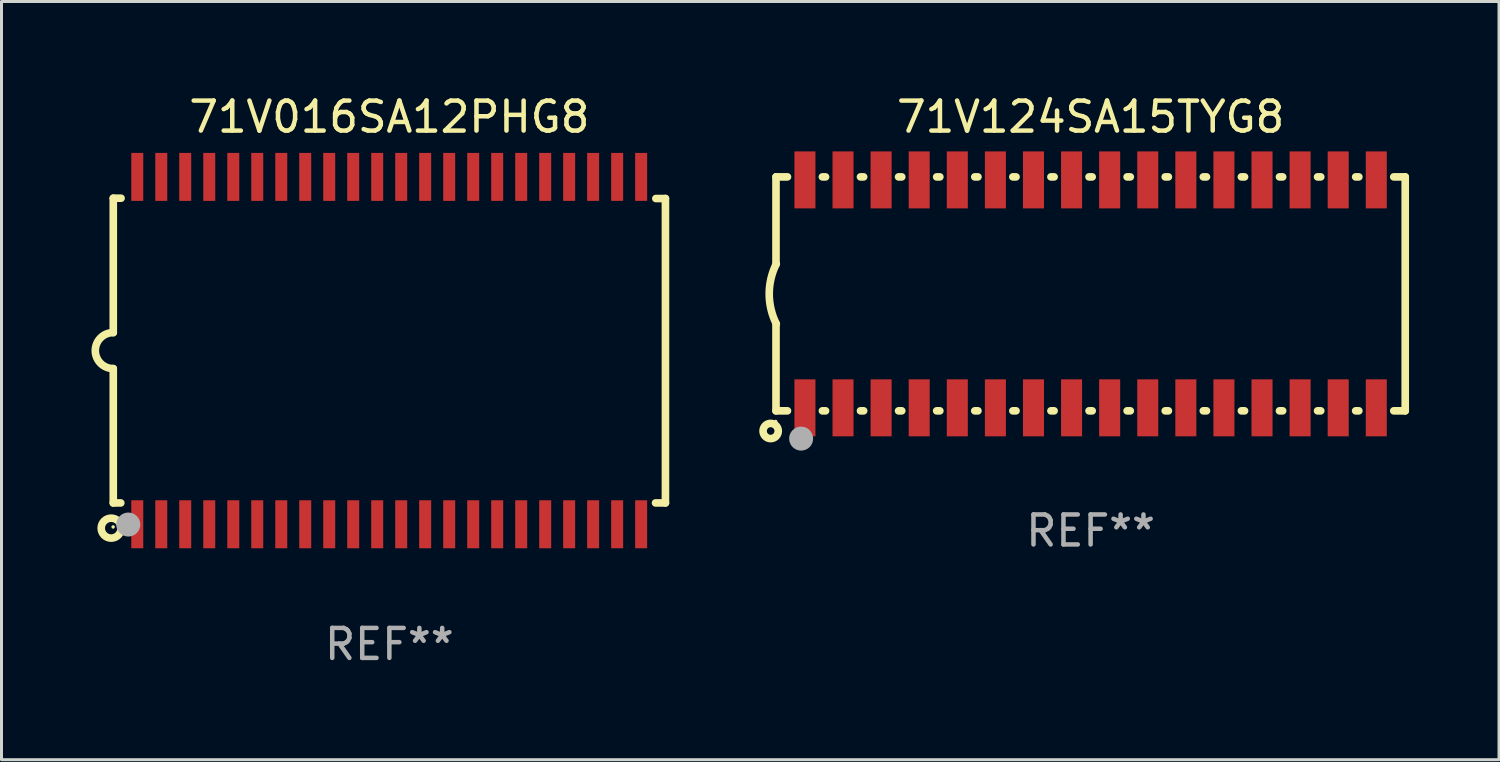
<source format=kicad_pcb>
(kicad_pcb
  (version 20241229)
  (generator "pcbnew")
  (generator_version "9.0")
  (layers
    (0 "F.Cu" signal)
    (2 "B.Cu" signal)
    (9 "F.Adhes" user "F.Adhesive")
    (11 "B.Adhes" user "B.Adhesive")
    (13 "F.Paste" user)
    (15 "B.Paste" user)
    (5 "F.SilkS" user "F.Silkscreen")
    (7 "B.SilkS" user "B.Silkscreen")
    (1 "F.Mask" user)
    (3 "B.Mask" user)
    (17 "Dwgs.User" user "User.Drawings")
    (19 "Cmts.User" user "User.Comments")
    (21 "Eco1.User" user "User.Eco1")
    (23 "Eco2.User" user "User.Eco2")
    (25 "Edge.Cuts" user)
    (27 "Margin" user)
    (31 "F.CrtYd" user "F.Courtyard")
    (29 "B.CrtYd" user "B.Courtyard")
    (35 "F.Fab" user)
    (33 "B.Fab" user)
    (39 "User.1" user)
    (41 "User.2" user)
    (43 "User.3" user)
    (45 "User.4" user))
  (footprint "71V124SA15TYG8"
    (layer "F.Cu")
    (at 33.313 6.748)
    (property "Reference" "71V124SA15TYG8" (at 0 -5.9 0) (layer "F.SilkS") (effects (font (size 1 1) (thickness 0.15))))
    (attr through_hole)
    (fp_line (start -10.49 -3.9) (end -10.107 -3.9) (stroke (width 0.254) (type solid)) (layer "F.SilkS"))
    (fp_line (start -10.49 -0.991) (end -10.49 -3.9) (stroke (width 0.254) (type solid)) (layer "F.SilkS"))
    (fp_line (start -10.49 3.9) (end -10.49 0.991) (stroke (width 0.254) (type solid)) (layer "F.SilkS"))
    (fp_line (start -10.49 3.9) (end -10.107 3.9) (stroke (width 0.254) (type solid)) (layer "F.SilkS"))
    (fp_line (start -8.943 -3.9) (end -8.837 -3.9) (stroke (width 0.254) (type solid)) (layer "F.SilkS"))
    (fp_line (start -8.943 3.9) (end -8.837 3.9) (stroke (width 0.254) (type solid)) (layer "F.SilkS"))
    (fp_line (start -7.673 -3.9) (end -7.567 -3.9) (stroke (width 0.254) (type solid)) (layer "F.SilkS"))
    (fp_line (start -7.673 3.9) (end -7.567 3.9) (stroke (width 0.254) (type solid)) (layer "F.SilkS"))
    (fp_line (start -6.403 -3.9) (end -6.297 -3.9) (stroke (width 0.254) (type solid)) (layer "F.SilkS"))
    (fp_line (start -6.403 3.9) (end -6.297 3.9) (stroke (width 0.254) (type solid)) (layer "F.SilkS"))
    (fp_line (start -5.133 -3.9) (end -5.027 -3.9) (stroke (width 0.254) (type solid)) (layer "F.SilkS"))
    (fp_line (start -5.133 3.9) (end -5.027 3.9) (stroke (width 0.254) (type solid)) (layer "F.SilkS"))
    (fp_line (start -3.863 -3.9) (end -3.757 -3.9) (stroke (width 0.254) (type solid)) (layer "F.SilkS"))
    (fp_line (start -3.863 3.9) (end -3.757 3.9) (stroke (width 0.254) (type solid)) (layer "F.SilkS"))
    (fp_line (start -2.593 -3.9) (end -2.487 -3.9) (stroke (width 0.254) (type solid)) (layer "F.SilkS"))
    (fp_line (start -2.593 3.9) (end -2.487 3.9) (stroke (width 0.254) (type solid)) (layer "F.SilkS"))
    (fp_line (start -1.323 -3.9) (end -1.217 -3.9) (stroke (width 0.254) (type solid)) (layer "F.SilkS"))
    (fp_line (start -1.323 3.9) (end -1.217 3.9) (stroke (width 0.254) (type solid)) (layer "F.SilkS"))
    (fp_line (start -0.053 -3.9) (end 0.053 -3.9) (stroke (width 0.254) (type solid)) (layer "F.SilkS"))
    (fp_line (start -0.053 3.9) (end 0.053 3.9) (stroke (width 0.254) (type solid)) (layer "F.SilkS"))
    (fp_line (start 1.217 -3.9) (end 1.323 -3.9) (stroke (width 0.254) (type solid)) (layer "F.SilkS"))
    (fp_line (start 1.217 3.9) (end 1.323 3.9) (stroke (width 0.254) (type solid)) (layer "F.SilkS"))
    (fp_line (start 2.487 -3.9) (end 2.593 -3.9) (stroke (width 0.254) (type solid)) (layer "F.SilkS"))
    (fp_line (start 2.487 3.9) (end 2.593 3.9) (stroke (width 0.254) (type solid)) (layer "F.SilkS"))
    (fp_line (start 3.757 -3.9) (end 3.863 -3.9) (stroke (width 0.254) (type solid)) (layer "F.SilkS"))
    (fp_line (start 3.757 3.9) (end 3.863 3.9) (stroke (width 0.254) (type solid)) (layer "F.SilkS"))
    (fp_line (start 5.027 -3.9) (end 5.133 -3.9) (stroke (width 0.254) (type solid)) (layer "F.SilkS"))
    (fp_line (start 5.027 3.9) (end 5.133 3.9) (stroke (width 0.254) (type solid)) (layer "F.SilkS"))
    (fp_line (start 6.297 -3.9) (end 6.403 -3.9) (stroke (width 0.254) (type solid)) (layer "F.SilkS"))
    (fp_line (start 6.297 3.9) (end 6.403 3.9) (stroke (width 0.254) (type solid)) (layer "F.SilkS"))
    (fp_line (start 7.567 -3.9) (end 7.673 -3.9) (stroke (width 0.254) (type solid)) (layer "F.SilkS"))
    (fp_line (start 7.567 3.9) (end 7.673 3.9) (stroke (width 0.254) (type solid)) (layer "F.SilkS"))
    (fp_line (start 8.837 -3.9) (end 8.943 -3.9) (stroke (width 0.254) (type solid)) (layer "F.SilkS"))
    (fp_line (start 8.837 3.9) (end 8.943 3.9) (stroke (width 0.254) (type solid)) (layer "F.SilkS"))
    (fp_line (start 10.107 -3.9) (end 10.49 -3.9) (stroke (width 0.254) (type solid)) (layer "F.SilkS"))
    (fp_line (start 10.107 3.9) (end 10.49 3.9) (stroke (width 0.254) (type solid)) (layer "F.SilkS"))
    (fp_line (start 10.49 -3.9) (end 10.49 3.9) (stroke (width 0.254) (type solid)) (layer "F.SilkS"))
    (fp_arc (start -10.48 1) (mid -10.716068 0) (end -10.48 -1) (stroke (width 0.254001) (type solid)) (layer "F.SilkS"))
    (fp_circle (center -10.668 4.572) (end -10.414 4.572) (stroke (width 0.254) (type solid)) (fill no) (layer "F.SilkS"))
    (fp_circle (center -10.5 4.255) (end -10.47 4.255) (stroke (width 0.06) (type solid)) (fill no) (layer "F.SilkS"))
    (fp_circle (center -9.652 4.826) (end -9.452 4.826) (stroke (width 0.4) (type solid)) (fill no) (layer "F.Fab"))
    (fp_text user "REF**" (at 0 7.9 0) (layer "F.Fab") (effects (font (size 1 1) (thickness 0.15))))
    (pad "1" smd rect (at -9.525 3.8) (size 0.701 1.9) (layers "F.Cu" "F.Mask" "F.Paste"))
    (pad "2" smd rect (at -8.255 3.8) (size 0.701 1.9) (layers "F.Cu" "F.Mask" "F.Paste"))
    (pad "3" smd rect (at -6.985 3.8) (size 0.701 1.9) (layers "F.Cu" "F.Mask" "F.Paste"))
    (pad "4" smd rect (at -5.715 3.8) (size 0.701 1.9) (layers "F.Cu" "F.Mask" "F.Paste"))
    (pad "5" smd rect (at -4.445 3.8) (size 0.701 1.9) (layers "F.Cu" "F.Mask" "F.Paste"))
    (pad "6" smd rect (at -3.175 3.8) (size 0.701 1.9) (layers "F.Cu" "F.Mask" "F.Paste"))
    (pad "7" smd rect (at -1.905 3.8) (size 0.701 1.9) (layers "F.Cu" "F.Mask" "F.Paste"))
    (pad "8" smd rect (at -0.635 3.8) (size 0.701 1.9) (layers "F.Cu" "F.Mask" "F.Paste"))
    (pad "9" smd rect (at 0.635 3.8) (size 0.701 1.9) (layers "F.Cu" "F.Mask" "F.Paste"))
    (pad "10" smd rect (at 1.905 3.8) (size 0.701 1.9) (layers "F.Cu" "F.Mask" "F.Paste"))
    (pad "11" smd rect (at 3.175 3.8) (size 0.701 1.9) (layers "F.Cu" "F.Mask" "F.Paste"))
    (pad "12" smd rect (at 4.445 3.8) (size 0.701 1.9) (layers "F.Cu" "F.Mask" "F.Paste"))
    (pad "13" smd rect (at 5.715 3.8) (size 0.701 1.9) (layers "F.Cu" "F.Mask" "F.Paste"))
    (pad "14" smd rect (at 6.985 3.8) (size 0.701 1.9) (layers "F.Cu" "F.Mask" "F.Paste"))
    (pad "15" smd rect (at 8.255 3.8) (size 0.701 1.9) (layers "F.Cu" "F.Mask" "F.Paste"))
    (pad "16" smd rect (at 9.525 3.8) (size 0.701 1.9) (layers "F.Cu" "F.Mask" "F.Paste"))
    (pad "17" smd rect (at 9.525 -3.8 180) (size 0.701 1.9) (layers "F.Cu" "F.Mask" "F.Paste"))
    (pad "18" smd rect (at 8.255 -3.8 180) (size 0.701 1.9) (layers "F.Cu" "F.Mask" "F.Paste"))
    (pad "19" smd rect (at 6.985 -3.8 180) (size 0.701 1.9) (layers "F.Cu" "F.Mask" "F.Paste"))
    (pad "20" smd rect (at 5.715 -3.8 180) (size 0.701 1.9) (layers "F.Cu" "F.Mask" "F.Paste"))
    (pad "21" smd rect (at 4.445 -3.8 180) (size 0.701 1.9) (layers "F.Cu" "F.Mask" "F.Paste"))
    (pad "22" smd rect (at 3.175 -3.8 180) (size 0.701 1.9) (layers "F.Cu" "F.Mask" "F.Paste"))
    (pad "23" smd rect (at 1.905 -3.8 180) (size 0.701 1.9) (layers "F.Cu" "F.Mask" "F.Paste"))
    (pad "24" smd rect (at 0.635 -3.8 180) (size 0.701 1.9) (layers "F.Cu" "F.Mask" "F.Paste"))
    (pad "25" smd rect (at -0.635 -3.8 180) (size 0.701 1.9) (layers "F.Cu" "F.Mask" "F.Paste"))
    (pad "26" smd rect (at -1.905 -3.8 180) (size 0.701 1.9) (layers "F.Cu" "F.Mask" "F.Paste"))
    (pad "27" smd rect (at -3.175 -3.8 180) (size 0.701 1.9) (layers "F.Cu" "F.Mask" "F.Paste"))
    (pad "28" smd rect (at -4.445 -3.8 180) (size 0.701 1.9) (layers "F.Cu" "F.Mask" "F.Paste"))
    (pad "29" smd rect (at -5.715 -3.8 180) (size 0.701 1.9) (layers "F.Cu" "F.Mask" "F.Paste"))
    (pad "30" smd rect (at -6.985 -3.8 180) (size 0.701 1.9) (layers "F.Cu" "F.Mask" "F.Paste"))
    (pad "31" smd rect (at -8.255 -3.8 180) (size 0.701 1.9) (layers "F.Cu" "F.Mask" "F.Paste"))
    (pad "32" smd rect (at -9.525 -3.8 180) (size 0.701 1.9) (layers "F.Cu" "F.Mask" "F.Paste")))
  (footprint "71V016SA12PHG8"
    (layer "F.Cu")
    (at 9.932 8.639)
    (property "Reference" "71V016SA12PHG8" (at 0 -7.791 0) (layer "F.SilkS") (effects (font (size 1 1) (thickness 0.15))))
    (attr through_hole)
    (fp_line (start -9.205 -5.08) (end -9.205 -0.6) (stroke (width 0.254) (type solid)) (layer "F.SilkS"))
    (fp_line (start -9.205 5.08) (end -9.205 0.6) (stroke (width 0.254) (type solid)) (layer "F.SilkS"))
    (fp_line (start -8.955 5.08) (end -9.205 5.08) (stroke (width 0.254) (type solid)) (layer "F.SilkS"))
    (fp_line (start -8.945 -5.08) (end -9.205 -5.08) (stroke (width 0.254) (type solid)) (layer "F.SilkS"))
    (fp_line (start 8.885 -5.07) (end 9.205 -5.07) (stroke (width 0.254) (type solid)) (layer "F.SilkS"))
    (fp_line (start 9.205 -5.07) (end 9.205 5.08) (stroke (width 0.254) (type solid)) (layer "F.SilkS"))
    (fp_line (start 9.205 5.08) (end 8.875 5.08) (stroke (width 0.254) (type solid)) (layer "F.SilkS"))
    (fp_arc (start -9.204978 0.6) (mid -9.804623 0.000241) (end -9.204902 -0.599442) (stroke (width 0.254001) (type solid)) (layer "F.SilkS"))
    (fp_circle (center -9.275 5.92) (end -8.942 5.92) (stroke (width 0.254) (type solid)) (fill no) (layer "F.SilkS"))
    (fp_circle (center -9.21 5.88) (end -9.18 5.88) (stroke (width 0.06) (type solid)) (fill no) (layer "F.SilkS"))
    (fp_circle (center -8.705 5.8) (end -8.505 5.8) (stroke (width 0.4) (type solid)) (fill no) (layer "F.Fab"))
    (fp_text user "REF**" (at 0 9.791 0) (layer "F.Fab") (effects (font (size 1 1) (thickness 0.15))))
    (pad "1" smd rect (at -8.405 5.791) (size 0.4 1.6) (layers "F.Cu" "F.Mask" "F.Paste"))
    (pad "2" smd rect (at -7.605 5.791) (size 0.4 1.6) (layers "F.Cu" "F.Mask" "F.Paste"))
    (pad "3" smd rect (at -6.806 5.791) (size 0.4 1.6) (layers "F.Cu" "F.Mask" "F.Paste"))
    (pad "4" smd rect (at -6.005 5.791) (size 0.4 1.6) (layers "F.Cu" "F.Mask" "F.Paste"))
    (pad "5" smd rect (at -5.204 5.791) (size 0.4 1.6) (layers "F.Cu" "F.Mask" "F.Paste"))
    (pad "6" smd rect (at -4.405 5.791) (size 0.4 1.6) (layers "F.Cu" "F.Mask" "F.Paste"))
    (pad "7" smd rect (at -3.604 5.791) (size 0.4 1.6) (layers "F.Cu" "F.Mask" "F.Paste"))
    (pad "8" smd rect (at -2.805 5.791) (size 0.4 1.6) (layers "F.Cu" "F.Mask" "F.Paste"))
    (pad "9" smd rect (at -2.005 5.791) (size 0.4 1.6) (layers "F.Cu" "F.Mask" "F.Paste"))
    (pad "10" smd rect (at -1.206 5.791) (size 0.4 1.6) (layers "F.Cu" "F.Mask" "F.Paste"))
    (pad "11" smd rect (at -0.405 5.791) (size 0.4 1.6) (layers "F.Cu" "F.Mask" "F.Paste"))
    (pad "12" smd rect (at 0.395 5.791) (size 0.4 1.6) (layers "F.Cu" "F.Mask" "F.Paste"))
    (pad "13" smd rect (at 1.194 5.791) (size 0.4 1.6) (layers "F.Cu" "F.Mask" "F.Paste"))
    (pad "14" smd rect (at 1.995 5.791) (size 0.4 1.6) (layers "F.Cu" "F.Mask" "F.Paste"))
    (pad "15" smd rect (at 2.796 5.791) (size 0.4 1.6) (layers "F.Cu" "F.Mask" "F.Paste"))
    (pad "16" smd rect (at 3.595 5.791) (size 0.4 1.6) (layers "F.Cu" "F.Mask" "F.Paste"))
    (pad "17" smd rect (at 4.396 5.791) (size 0.4 1.6) (layers "F.Cu" "F.Mask" "F.Paste"))
    (pad "18" smd rect (at 5.196 5.791) (size 0.4 1.6) (layers "F.Cu" "F.Mask" "F.Paste"))
    (pad "19" smd rect (at 5.995 5.791) (size 0.4 1.6) (layers "F.Cu" "F.Mask" "F.Paste"))
    (pad "20" smd rect (at 6.794 5.791) (size 0.4 1.6) (layers "F.Cu" "F.Mask" "F.Paste"))
    (pad "21" smd rect (at 7.595 5.791) (size 0.4 1.6) (layers "F.Cu" "F.Mask" "F.Paste"))
    (pad "22" smd rect (at 8.395 5.791) (size 0.4 1.6) (layers "F.Cu" "F.Mask" "F.Paste"))
    (pad "23" smd rect (at 8.395 -5.791) (size 0.4 1.6) (layers "F.Cu" "F.Mask" "F.Paste"))
    (pad "24" smd rect (at 7.595 -5.791) (size 0.4 1.6) (layers "F.Cu" "F.Mask" "F.Paste"))
    (pad "25" smd rect (at 6.794 -5.791) (size 0.4 1.6) (layers "F.Cu" "F.Mask" "F.Paste"))
    (pad "26" smd rect (at 5.995 -5.791) (size 0.4 1.6) (layers "F.Cu" "F.Mask" "F.Paste"))
    (pad "27" smd rect (at 5.196 -5.791) (size 0.4 1.6) (layers "F.Cu" "F.Mask" "F.Paste"))
    (pad "28" smd rect (at 4.396 -5.791) (size 0.4 1.6) (layers "F.Cu" "F.Mask" "F.Paste"))
    (pad "29" smd rect (at 3.595 -5.791) (size 0.4 1.6) (layers "F.Cu" "F.Mask" "F.Paste"))
    (pad "30" smd rect (at 2.796 -5.791) (size 0.4 1.6) (layers "F.Cu" "F.Mask" "F.Paste"))
    (pad "31" smd rect (at 1.995 -5.791) (size 0.4 1.6) (layers "F.Cu" "F.Mask" "F.Paste"))
    (pad "32" smd rect (at 1.194 -5.791) (size 0.4 1.6) (layers "F.Cu" "F.Mask" "F.Paste"))
    (pad "33" smd rect (at 0.395 -5.791) (size 0.4 1.6) (layers "F.Cu" "F.Mask" "F.Paste"))
    (pad "34" smd rect (at -0.405 -5.791) (size 0.4 1.6) (layers "F.Cu" "F.Mask" "F.Paste"))
    (pad "35" smd rect (at -1.206 -5.791) (size 0.4 1.6) (layers "F.Cu" "F.Mask" "F.Paste"))
    (pad "36" smd rect (at -2.005 -5.791) (size 0.4 1.6) (layers "F.Cu" "F.Mask" "F.Paste"))
    (pad "37" smd rect (at -2.805 -5.791) (size 0.4 1.6) (layers "F.Cu" "F.Mask" "F.Paste"))
    (pad "38" smd rect (at -3.604 -5.791) (size 0.4 1.6) (layers "F.Cu" "F.Mask" "F.Paste"))
    (pad "39" smd rect (at -4.405 -5.791) (size 0.4 1.6) (layers "F.Cu" "F.Mask" "F.Paste"))
    (pad "40" smd rect (at -5.204 -5.791) (size 0.4 1.6) (layers "F.Cu" "F.Mask" "F.Paste"))
    (pad "41" smd rect (at -6.005 -5.791) (size 0.4 1.6) (layers "F.Cu" "F.Mask" "F.Paste"))
    (pad "42" smd rect (at -6.806 -5.791) (size 0.4 1.6) (layers "F.Cu" "F.Mask" "F.Paste"))
    (pad "43" smd rect (at -7.605 -5.791) (size 0.4 1.6) (layers "F.Cu" "F.Mask" "F.Paste"))
    (pad "44" smd rect (at -8.405 -5.791) (size 0.4 1.6) (layers "F.Cu" "F.Mask" "F.Paste")))
  (gr_rect
    (start -3 -3)
    (end 46.93 22.279)
    (stroke (width 0.1) (type default))
    (fill no)
    (layer "Edge.Cuts")))
</source>
